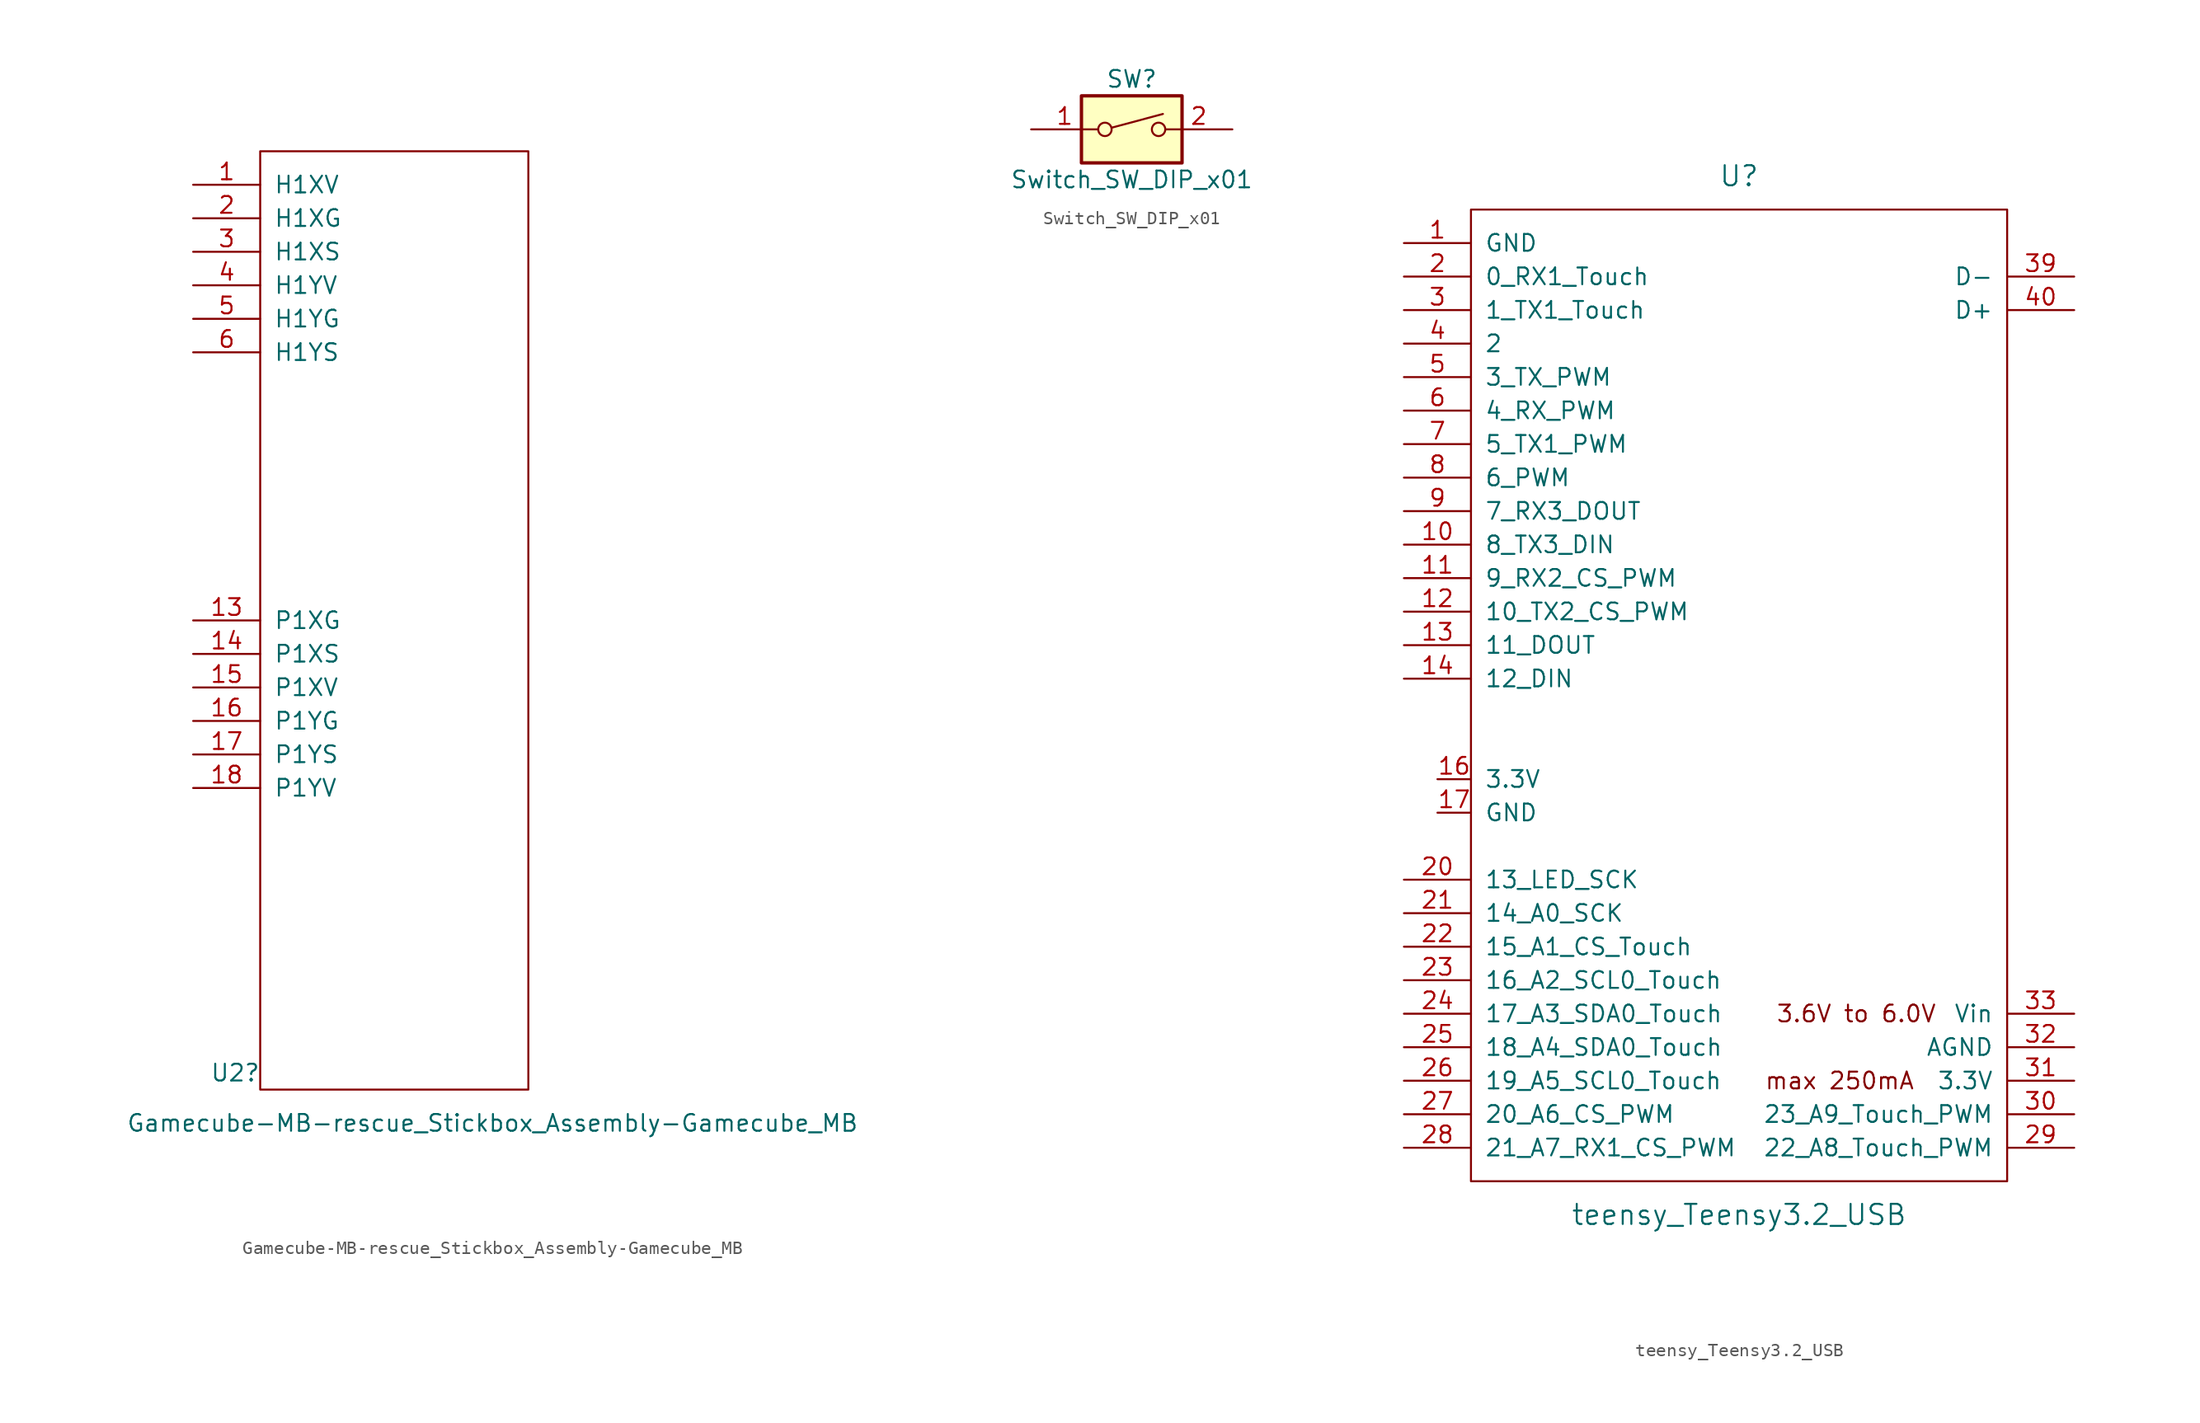
<source format=kicad_sym>
(kicad_symbol_lib
  (version 20211014)
  (generator kicad_symbol_editor)
  (symbol "Gamecube-MB-rescue_Stickbox_Assembly-Gamecube_MB"
    (pin_names
      (offset 1.016))
    (property "Reference" "U2"
      (at -3.81 -69.85 0)
      (effects (font (size 1.27 1.27)) (justify left)))
    (property "Value" "Gamecube-MB-rescue_Stickbox_Assembly-Gamecube_MB"
      (at -10.16 -73.66 0)
      (effects (font (size 1.27 1.27)) (justify left)))
    (symbol "Gamecube-MB-rescue_Stickbox_Assembly-Gamecube_MB_0_0"
      (pin unspecified line (at -5.08 -2.54 0) (length 5.08) (name "H1XV" (effects (font (size 1.27 1.27)))) (number "1" (effects (font (size 1.27 1.27)))))
      (pin unspecified line (at -5.08 -35.56 0) (length 5.08) (name "P1XG" (effects (font (size 1.27 1.27)))) (number "13" (effects (font (size 1.27 1.27)))))
      (pin unspecified line (at -5.08 -38.1 0) (length 5.08) (name "P1XS" (effects (font (size 1.27 1.27)))) (number "14" (effects (font (size 1.27 1.27)))))
      (pin unspecified line (at -5.08 -40.64 0) (length 5.08) (name "P1XV" (effects (font (size 1.27 1.27)))) (number "15" (effects (font (size 1.27 1.27)))))
      (pin unspecified line (at -5.08 -43.18 0) (length 5.08) (name "P1YG" (effects (font (size 1.27 1.27)))) (number "16" (effects (font (size 1.27 1.27)))))
      (pin unspecified line (at -5.08 -45.72 0) (length 5.08) (name "P1YS" (effects (font (size 1.27 1.27)))) (number "17" (effects (font (size 1.27 1.27)))))
      (pin unspecified line (at -5.08 -48.26 0) (length 5.08) (name "P1YV" (effects (font (size 1.27 1.27)))) (number "18" (effects (font (size 1.27 1.27)))))
      (pin unspecified line (at -5.08 -5.08 0) (length 5.08) (name "H1XG" (effects (font (size 1.27 1.27)))) (number "2" (effects (font (size 1.27 1.27)))))
      (pin unspecified line (at -5.08 -7.62 0) (length 5.08) (name "H1XS" (effects (font (size 1.27 1.27)))) (number "3" (effects (font (size 1.27 1.27)))))
      (pin unspecified line (at -5.08 -10.16 0) (length 5.08) (name "H1YV" (effects (font (size 1.27 1.27)))) (number "4" (effects (font (size 1.27 1.27)))))
      (pin unspecified line (at -5.08 -12.7 0) (length 5.08) (name "H1YG" (effects (font (size 1.27 1.27)))) (number "5" (effects (font (size 1.27 1.27)))))
      (pin unspecified line (at -5.08 -15.24 0) (length 5.08) (name "H1YS" (effects (font (size 1.27 1.27)))) (number "6" (effects (font (size 1.27 1.27))))))
    (symbol "Gamecube-MB-rescue_Stickbox_Assembly-Gamecube_MB_0_1"
      (rectangle (start 0 0) (end 20.32 -71.12) (stroke (width 0) (type default) (color 0 0 0 0)) (fill (type none)))))
  (symbol "Switch_SW_DIP_x01"
    (pin_names
      (offset 0) hide)
    (property "Reference" "SW"
      (at 0 3.81 0)
      (effects (font (size 1.27 1.27))))
    (property "Value" "Switch_SW_DIP_x01"
      (at 0 -3.81 0)
      (effects (font (size 1.27 1.27))))
    (symbol "Switch_SW_DIP_x01_0_0"
      (circle (center -2.032 0) (radius 0.508) (stroke (width 0) (type default) (color 0 0 0 0)) (fill (type none)))
      (polyline (pts (xy -1.524 0.127) (xy 2.362 1.168)) (stroke (width 0) (type default) (color 0 0 0 0)) (fill (type none)))
      (circle (center 2.032 0) (radius 0.508) (stroke (width 0) (type default) (color 0 0 0 0)) (fill (type none))))
    (symbol "Switch_SW_DIP_x01_0_1"
      (rectangle (start -3.81 2.54) (end 3.81 -2.54) (stroke (width 0.254) (type default) (color 0 0 0 0)) (fill (type background))))
    (symbol "Switch_SW_DIP_x01_1_1"
      (pin passive line (at -7.62 0 0) (length 5.08) (name "~" (effects (font (size 1.27 1.27)))) (number "1" (effects (font (size 1.27 1.27)))))
      (pin passive line (at 7.62 0 180) (length 5.08) (name "~" (effects (font (size 1.27 1.27)))) (number "2" (effects (font (size 1.27 1.27)))))))
  (symbol "teensy_Teensy3.2_USB"
    (pin_names
      (offset 1.016))
    (property "Reference" "U"
      (at 0 39.37 0)
      (effects (font (size 1.524 1.524))))
    (property "Value" "teensy_Teensy3.2_USB"
      (at 0 -39.37 0)
      (effects (font (size 1.524 1.524))))
    (property "Footprint" ""
      (at 0 -19.05 0)
      (effects (font (size 1.524 1.524))))
    (property "Datasheet" ""
      (at 0 -19.05 0)
      (effects (font (size 1.524 1.524))))
    (symbol "teensy_Teensy3.2_USB_0_0"
      (text "3.6V to 6.0V" (at 8.89 -24.13 0) (effects (font (size 1.27 1.27))))
      (text "max 250mA" (at 7.62 -29.21 0) (effects (font (size 1.27 1.27)))))
    (symbol "teensy_Teensy3.2_USB_0_1"
      (rectangle (start -20.32 -36.83) (end 20.32 36.83) (stroke (width 0) (type default) (color 0 0 0 0)) (fill (type none))))
    (symbol "teensy_Teensy3.2_USB_1_1"
      (pin power_in line (at -25.4 34.29 0) (length 5.08) (name "GND" (effects (font (size 1.27 1.27)))) (number "1" (effects (font (size 1.27 1.27)))))
      (pin bidirectional line (at -25.4 11.43 0) (length 5.08) (name "8_TX3_DIN" (effects (font (size 1.27 1.27)))) (number "10" (effects (font (size 1.27 1.27)))))
      (pin bidirectional line (at -25.4 8.89 0) (length 5.08) (name "9_RX2_CS_PWM" (effects (font (size 1.27 1.27)))) (number "11" (effects (font (size 1.27 1.27)))))
      (pin bidirectional line (at -25.4 6.35 0) (length 5.08) (name "10_TX2_CS_PWM" (effects (font (size 1.27 1.27)))) (number "12" (effects (font (size 1.27 1.27)))))
      (pin bidirectional line (at -25.4 3.81 0) (length 5.08) (name "11_DOUT" (effects (font (size 1.27 1.27)))) (number "13" (effects (font (size 1.27 1.27)))))
      (pin bidirectional line (at -25.4 1.27 0) (length 5.08) (name "12_DIN" (effects (font (size 1.27 1.27)))) (number "14" (effects (font (size 1.27 1.27)))))
      (pin power_in line (at -22.86 -6.35 0) (length 2.54) (name "3.3V" (effects (font (size 1.27 1.27)))) (number "16" (effects (font (size 1.27 1.27)))))
      (pin power_in line (at -22.86 -8.89 0) (length 2.54) (name "GND" (effects (font (size 1.27 1.27)))) (number "17" (effects (font (size 1.27 1.27)))))
      (pin bidirectional line (at -25.4 31.75 0) (length 5.08) (name "0_RX1_Touch" (effects (font (size 1.27 1.27)))) (number "2" (effects (font (size 1.27 1.27)))))
      (pin bidirectional line (at -25.4 -13.97 0) (length 5.08) (name "13_LED_SCK" (effects (font (size 1.27 1.27)))) (number "20" (effects (font (size 1.27 1.27)))))
      (pin bidirectional line (at -25.4 -16.51 0) (length 5.08) (name "14_A0_SCK" (effects (font (size 1.27 1.27)))) (number "21" (effects (font (size 1.27 1.27)))))
      (pin bidirectional line (at -25.4 -19.05 0) (length 5.08) (name "15_A1_CS_Touch" (effects (font (size 1.27 1.27)))) (number "22" (effects (font (size 1.27 1.27)))))
      (pin bidirectional line (at -25.4 -21.59 0) (length 5.08) (name "16_A2_SCL0_Touch" (effects (font (size 1.27 1.27)))) (number "23" (effects (font (size 1.27 1.27)))))
      (pin bidirectional line (at -25.4 -24.13 0) (length 5.08) (name "17_A3_SDA0_Touch" (effects (font (size 1.27 1.27)))) (number "24" (effects (font (size 1.27 1.27)))))
      (pin bidirectional line (at -25.4 -26.67 0) (length 5.08) (name "18_A4_SDA0_Touch" (effects (font (size 1.27 1.27)))) (number "25" (effects (font (size 1.27 1.27)))))
      (pin bidirectional line (at -25.4 -29.21 0) (length 5.08) (name "19_A5_SCL0_Touch" (effects (font (size 1.27 1.27)))) (number "26" (effects (font (size 1.27 1.27)))))
      (pin bidirectional line (at -25.4 -31.75 0) (length 5.08) (name "20_A6_CS_PWM" (effects (font (size 1.27 1.27)))) (number "27" (effects (font (size 1.27 1.27)))))
      (pin bidirectional line (at -25.4 -34.29 0) (length 5.08) (name "21_A7_RX1_CS_PWM" (effects (font (size 1.27 1.27)))) (number "28" (effects (font (size 1.27 1.27)))))
      (pin bidirectional line (at 25.4 -34.29 180) (length 5.08) (name "22_A8_Touch_PWM" (effects (font (size 1.27 1.27)))) (number "29" (effects (font (size 1.27 1.27)))))
      (pin bidirectional line (at -25.4 29.21 0) (length 5.08) (name "1_TX1_Touch" (effects (font (size 1.27 1.27)))) (number "3" (effects (font (size 1.27 1.27)))))
      (pin bidirectional line (at 25.4 -31.75 180) (length 5.08) (name "23_A9_Touch_PWM" (effects (font (size 1.27 1.27)))) (number "30" (effects (font (size 1.27 1.27)))))
      (pin power_out line (at 25.4 -29.21 180) (length 5.08) (name "3.3V" (effects (font (size 1.27 1.27)))) (number "31" (effects (font (size 1.27 1.27)))))
      (pin power_out line (at 25.4 -26.67 180) (length 5.08) (name "AGND" (effects (font (size 1.27 1.27)))) (number "32" (effects (font (size 1.27 1.27)))))
      (pin power_in line (at 25.4 -24.13 180) (length 5.08) (name "Vin" (effects (font (size 1.27 1.27)))) (number "33" (effects (font (size 1.27 1.27)))))
      (pin bidirectional line (at 25.4 31.75 180) (length 5.08) (name "D-" (effects (font (size 1.27 1.27)))) (number "39" (effects (font (size 1.27 1.27)))))
      (pin bidirectional line (at -25.4 26.67 0) (length 5.08) (name "2" (effects (font (size 1.27 1.27)))) (number "4" (effects (font (size 1.27 1.27)))))
      (pin bidirectional line (at 25.4 29.21 180) (length 5.08) (name "D+" (effects (font (size 1.27 1.27)))) (number "40" (effects (font (size 1.27 1.27)))))
      (pin bidirectional line (at -25.4 24.13 0) (length 5.08) (name "3_TX_PWM" (effects (font (size 1.27 1.27)))) (number "5" (effects (font (size 1.27 1.27)))))
      (pin bidirectional line (at -25.4 21.59 0) (length 5.08) (name "4_RX_PWM" (effects (font (size 1.27 1.27)))) (number "6" (effects (font (size 1.27 1.27)))))
      (pin bidirectional line (at -25.4 19.05 0) (length 5.08) (name "5_TX1_PWM" (effects (font (size 1.27 1.27)))) (number "7" (effects (font (size 1.27 1.27)))))
      (pin bidirectional line (at -25.4 16.51 0) (length 5.08) (name "6_PWM" (effects (font (size 1.27 1.27)))) (number "8" (effects (font (size 1.27 1.27)))))
      (pin bidirectional line (at -25.4 13.97 0) (length 5.08) (name "7_RX3_DOUT" (effects (font (size 1.27 1.27)))) (number "9" (effects (font (size 1.27 1.27))))))))
</source>
